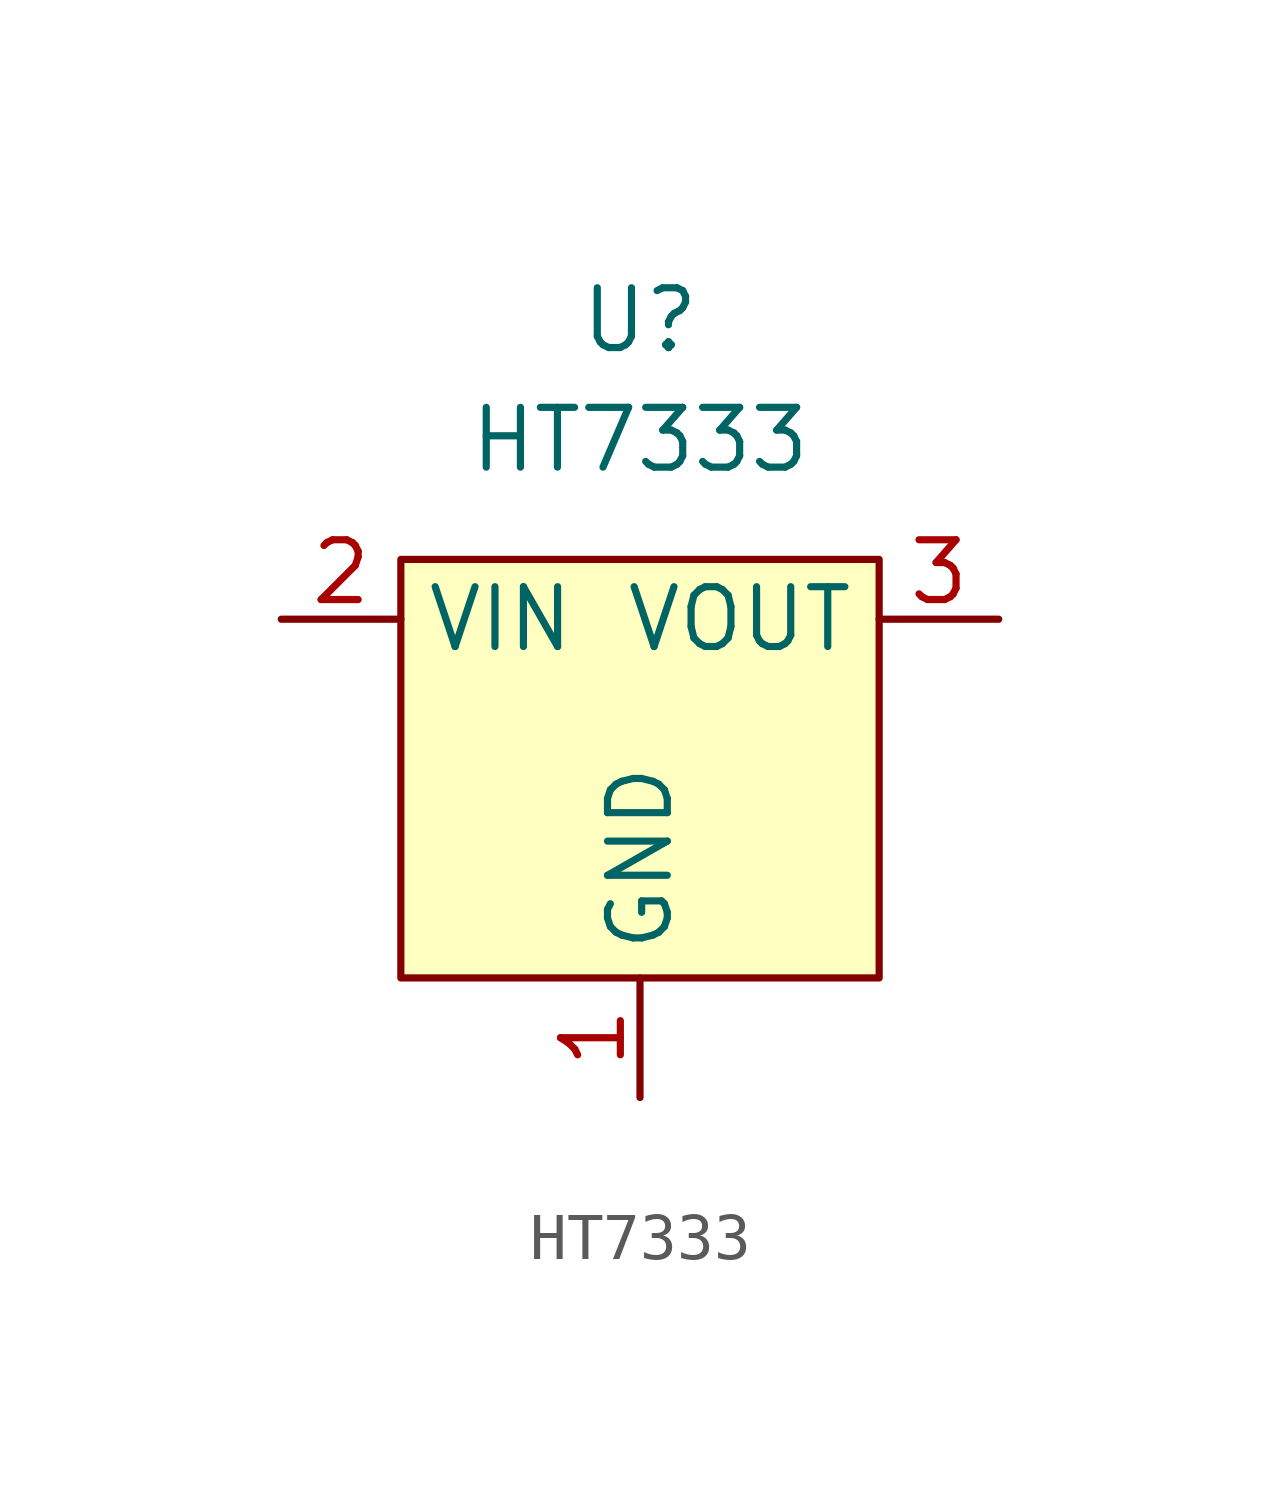
<source format=kicad_sym>
(kicad_symbol_lib
  (version 20211014)
  (generator kicad_symbol_editor)
  (symbol "HT7333"
    (property "Reference" "U"
      (at 0 8.89 0)
      (effects (font (size 1.27 1.27))))
    (property "Value" "HT7333"
      (at 0 6.35 0)
      (effects (font (size 1.27 1.27))))
    (symbol "HT7333_0_1"
      (rectangle (start -5.08 3.81) (end 5.08 -5.08) (stroke (width 0) (type default) (color 0 0 0 0)) (fill (type background))))
    (symbol "HT7333_1_1"
      (pin input line (at 0 -7.62 90) (length 2.54) (name "GND" (effects (font (size 1.27 1.27)))) (number "1" (effects (font (size 1.27 1.27)))))
      (pin input line (at -7.62 2.54 0) (length 2.54) (name "VIN" (effects (font (size 1.27 1.27)))) (number "2" (effects (font (size 1.27 1.27)))))
      (pin input line (at 7.62 2.54 180) (length 2.54) (name "VOUT" (effects (font (size 1.27 1.27)))) (number "3" (effects (font (size 1.27 1.27))))))))
</source>
